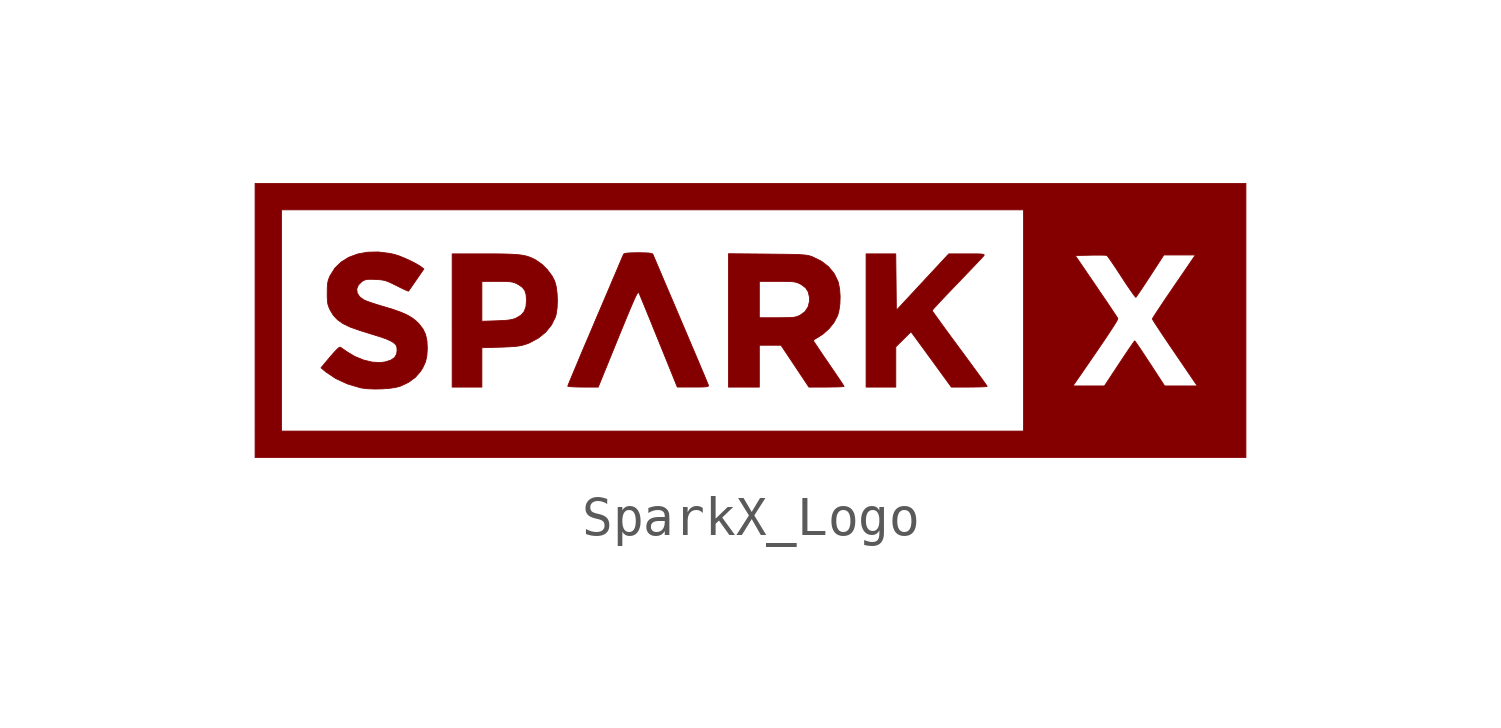
<source format=kicad_sym>
(kicad_symbol_lib
  (version 20241209)
  (generator "kicad_symbol_editor")
  (generator_version "9.0")
  (symbol "SparkX_Logo"
    (pin_names
      (offset 1.016))
    (property "Reference" "#G"
      (at 0 5.08 0)
      (effects (font (size 1.27 1.27)) (hide yes)))
    (symbol "SparkX_Logo_0_0"
      (polyline (pts (xy -9.438 -1.768) (xy -9.254 -1.754) (xy -9.093 -1.73) (xy -8.972 -1.697) (xy -8.775 -1.605) (xy -8.595 -1.476) (xy -8.458 -1.319) (xy -8.396 -1.217) (xy -8.331 -1.073) (xy -8.296 -0.919) (xy -8.285 -0.734) (xy -8.285 -0.734) (xy -8.294 -0.534) (xy -8.33 -0.372) (xy -8.396 -0.233) (xy -8.498 -0.101) (xy -8.568 -0.031) (xy -8.674 0.052) (xy -8.802 0.127) (xy -8.96 0.197) (xy -9.156 0.267) (xy -9.4 0.341) (xy -9.454 0.356) (xy -9.606 0.403) (xy -9.743 0.448) (xy -9.852 0.488) (xy -9.92 0.518) (xy -10.021 0.594) (xy -10.082 0.69) (xy -10.093 0.793) (xy -10.053 0.894) (xy -9.962 0.983) (xy -9.933 1.002) (xy -9.882 1.026) (xy -9.823 1.039) (xy -9.739 1.042) (xy -9.616 1.038) (xy -9.562 1.035) (xy -9.464 1.027) (xy -9.383 1.012) (xy -9.302 0.986) (xy -9.203 0.942) (xy -9.072 0.877) (xy -8.957 0.82) (xy -8.86 0.774) (xy -8.793 0.745) (xy -8.767 0.737) (xy -8.767 0.737) (xy -8.748 0.764) (xy -8.704 0.827) (xy -8.641 0.918) (xy -8.566 1.027) (xy -8.373 1.305) (xy -8.441 1.359) (xy -8.486 1.39) (xy -8.596 1.454) (xy -8.732 1.522) (xy -8.878 1.588) (xy -9.015 1.643) (xy -9.128 1.679) (xy -9.251 1.706) (xy -9.542 1.742) (xy -9.817 1.736) (xy -10.071 1.69) (xy -10.299 1.605) (xy -10.496 1.482) (xy -10.657 1.325) (xy -10.777 1.133) (xy -10.796 1.091) (xy -10.825 1.012) (xy -10.841 0.932) (xy -10.849 0.831) (xy -10.851 0.691) (xy -10.851 0.59) (xy -10.845 0.483) (xy -10.833 0.401) (xy -10.809 0.328) (xy -10.771 0.244) (xy -10.694 0.118) (xy -10.585 0.002) (xy -10.443 -0.097) (xy -10.26 -0.185) (xy -10.027 -0.267) (xy -9.909 -0.304) (xy -9.745 -0.355) (xy -9.591 -0.403) (xy -9.469 -0.441) (xy -9.448 -0.448) (xy -9.329 -0.491) (xy -9.224 -0.539) (xy -9.152 -0.581) (xy -9.151 -0.582) (xy -9.092 -0.636) (xy -9.066 -0.693) (xy -9.059 -0.779) (xy -9.07 -0.869) (xy -9.121 -0.962) (xy -9.216 -1.029) (xy -9.361 -1.076) (xy -9.492 -1.093) (xy -9.702 -1.081) (xy -9.924 -1.027) (xy -10.145 -0.936) (xy -10.355 -0.81) (xy -10.409 -0.771) (xy -10.477 -0.724) (xy -10.518 -0.697) (xy -10.541 -0.703) (xy -10.596 -0.749) (xy -10.677 -0.834) (xy -10.78 -0.952) (xy -11.01 -1.228) (xy -10.916 -1.307) (xy -10.882 -1.336) (xy -10.629 -1.505) (xy -10.335 -1.64) (xy -10.005 -1.738) (xy -9.966 -1.746) (xy -9.81 -1.765) (xy -9.629 -1.772) (xy -9.438 -1.768)) (stroke (width 0.01) (type default)) (fill (type outline)))
      (polyline (pts (xy -6.886 -1.217) (xy -6.886 -0.713) (xy -6.413 -0.699) (xy -6.34 -0.697) (xy -6.166 -0.689) (xy -6.033 -0.68) (xy -5.928 -0.666) (xy -5.84 -0.648) (xy -5.757 -0.623) (xy -5.66 -0.586) (xy -5.438 -0.466) (xy -5.25 -0.313) (xy -5.103 -0.132) (xy -5.003 0.07) (xy -4.982 0.143) (xy -4.958 0.306) (xy -4.95 0.492) (xy -4.958 0.681) (xy -4.981 0.856) (xy -5.019 0.995) (xy -5.086 1.125) (xy -5.204 1.284) (xy -5.346 1.426) (xy -5.496 1.531) (xy -5.509 1.538) (xy -5.592 1.581) (xy -5.674 1.614) (xy -5.761 1.641) (xy -5.861 1.661) (xy -5.981 1.675) (xy -6.128 1.684) (xy -6.311 1.69) (xy -6.535 1.693) (xy -6.808 1.693) (xy -7.648 1.693) (xy -7.648 -0.014) (xy -7.648 -0.035) (xy -6.886 -0.035) (xy -6.886 0.476) (xy -6.886 0.988) (xy -6.497 0.988) (xy -6.397 0.988) (xy -6.264 0.985) (xy -6.168 0.979) (xy -6.097 0.968) (xy -6.04 0.95) (xy -5.984 0.924) (xy -5.965 0.914) (xy -5.856 0.843) (xy -5.788 0.759) (xy -5.753 0.649) (xy -5.743 0.499) (xy -5.756 0.34) (xy -5.801 0.216) (xy -5.883 0.121) (xy -6.009 0.047) (xy -6.05 0.03) (xy -6.125 0.009) (xy -6.218 -0.006) (xy -6.343 -0.016) (xy -6.512 -0.023) (xy -6.886 -0.035) (xy -7.648 -0.035) (xy -7.648 -1.722) (xy -7.267 -1.722) (xy -6.886 -1.722) (xy -6.886 -1.217)) (stroke (width 0.01) (type default)) (fill (type outline)))
      (polyline (pts (xy -3.398 -0.481) (xy -3.364 -0.398) (xy -3.251 -0.122) (xy -3.157 0.106) (xy -3.08 0.29) (xy -3.018 0.435) (xy -2.97 0.545) (xy -2.932 0.623) (xy -2.905 0.673) (xy -2.885 0.699) (xy -2.872 0.706) (xy -2.862 0.697) (xy -2.851 0.673) (xy -2.82 0.599) (xy -2.772 0.482) (xy -2.709 0.329) (xy -2.633 0.144) (xy -2.547 -0.067) (xy -2.454 -0.298) (xy -2.354 -0.543) (xy -1.877 -1.721) (xy -1.471 -1.721) (xy -1.468 -1.721) (xy -1.31 -1.721) (xy -1.2 -1.719) (xy -1.131 -1.714) (xy -1.093 -1.705) (xy -1.078 -1.692) (xy -1.08 -1.672) (xy -1.081 -1.669) (xy -1.098 -1.626) (xy -1.135 -1.536) (xy -1.19 -1.403) (xy -1.262 -1.234) (xy -1.347 -1.032) (xy -1.445 -0.801) (xy -1.553 -0.547) (xy -1.669 -0.274) (xy -1.792 0.014) (xy -1.817 0.074) (xy -1.938 0.359) (xy -2.053 0.627) (xy -2.159 0.876) (xy -2.254 1.099) (xy -2.337 1.294) (xy -2.405 1.454) (xy -2.457 1.576) (xy -2.49 1.655) (xy -2.504 1.686) (xy -2.505 1.689) (xy -2.534 1.704) (xy -2.602 1.714) (xy -2.715 1.72) (xy -2.879 1.722) (xy -2.902 1.722) (xy -3.059 1.719) (xy -3.166 1.713) (xy -3.229 1.702) (xy -3.254 1.686) (xy -3.255 1.683) (xy -3.274 1.638) (xy -3.313 1.546) (xy -3.37 1.413) (xy -3.442 1.243) (xy -3.529 1.04) (xy -3.627 0.808) (xy -3.736 0.553) (xy -3.853 0.278) (xy -3.977 -0.011) (xy -4.012 -0.095) (xy -4.133 -0.381) (xy -4.248 -0.649) (xy -4.353 -0.897) (xy -4.446 -1.12) (xy -4.527 -1.313) (xy -4.593 -1.471) (xy -4.643 -1.591) (xy -4.674 -1.668) (xy -4.685 -1.698) (xy -4.682 -1.701) (xy -4.639 -1.709) (xy -4.554 -1.716) (xy -4.435 -1.72) (xy -4.294 -1.722) (xy -3.903 -1.722) (xy -3.398 -0.481)) (stroke (width 0.01) (type default)) (fill (type outline)))
      (polyline (pts (xy 0.226 -1.185) (xy 0.226 -0.649) (xy 0.503 -0.649) (xy 0.781 -0.649) (xy 1.139 -1.185) (xy 1.496 -1.722) (xy 1.947 -1.722) (xy 2.048 -1.721) (xy 2.187 -1.719) (xy 2.299 -1.716) (xy 2.372 -1.711) (xy 2.399 -1.706) (xy 2.39 -1.689) (xy 2.353 -1.631) (xy 2.291 -1.538) (xy 2.21 -1.417) (xy 2.112 -1.274) (xy 2.004 -1.115) (xy 1.919 -0.992) (xy 1.819 -0.844) (xy 1.734 -0.718) (xy 1.667 -0.618) (xy 1.624 -0.552) (xy 1.609 -0.526) (xy 1.626 -0.511) (xy 1.68 -0.475) (xy 1.759 -0.428) (xy 1.861 -0.361) (xy 2.015 -0.223) (xy 2.143 -0.061) (xy 2.232 0.107) (xy 2.265 0.224) (xy 2.292 0.406) (xy 2.298 0.604) (xy 2.284 0.797) (xy 2.25 0.965) (xy 2.241 0.991) (xy 2.145 1.189) (xy 2.001 1.363) (xy 1.814 1.507) (xy 1.589 1.617) (xy 1.557 1.629) (xy 1.511 1.643) (xy 1.461 1.655) (xy 1.399 1.663) (xy 1.32 1.67) (xy 1.216 1.676) (xy 1.082 1.68) (xy 0.91 1.683) (xy 0.695 1.685) (xy 0.43 1.688) (xy -0.565 1.697) (xy -0.565 0.056) (xy 0.226 0.056) (xy 0.226 0.522) (xy 0.226 0.988) (xy 0.685 0.988) (xy 0.741 0.988) (xy 0.901 0.987) (xy 1.018 0.983) (xy 1.103 0.977) (xy 1.166 0.965) (xy 1.218 0.948) (xy 1.269 0.924) (xy 1.301 0.907) (xy 1.413 0.823) (xy 1.48 0.718) (xy 1.512 0.578) (xy 1.514 0.489) (xy 1.479 0.338) (xy 1.397 0.213) (xy 1.271 0.12) (xy 1.256 0.113) (xy 1.205 0.091) (xy 1.151 0.075) (xy 1.082 0.065) (xy 0.989 0.06) (xy 0.86 0.057) (xy 0.685 0.056) (xy 0.226 0.056) (xy -0.565 0.056) (xy -0.565 -0.013) (xy -0.565 -1.722) (xy -0.169 -1.722) (xy 0.226 -1.722) (xy 0.226 -1.185)) (stroke (width 0.01) (type default)) (fill (type outline)))
      (polyline (pts (xy 3.725 -1.206) (xy 3.725 -0.69) (xy 3.92 -0.497) (xy 4.114 -0.304) (xy 4.267 -0.512) (xy 4.276 -0.525) (xy 4.346 -0.62) (xy 4.439 -0.747) (xy 4.548 -0.897) (xy 4.666 -1.058) (xy 4.784 -1.221) (xy 5.149 -1.722) (xy 5.609 -1.722) (xy 5.716 -1.721) (xy 5.856 -1.719) (xy 5.967 -1.715) (xy 6.041 -1.71) (xy 6.068 -1.704) (xy 6.063 -1.696) (xy 6.031 -1.649) (xy 5.97 -1.563) (xy 5.884 -1.444) (xy 5.777 -1.297) (xy 5.652 -1.127) (xy 5.513 -0.937) (xy 5.362 -0.733) (xy 5.283 -0.625) (xy 5.137 -0.428) (xy 5.005 -0.248) (xy 4.889 -0.088) (xy 4.793 0.045) (xy 4.719 0.148) (xy 4.673 0.215) (xy 4.657 0.241) (xy 4.665 0.252) (xy 4.706 0.3) (xy 4.78 0.381) (xy 4.88 0.489) (xy 5.003 0.619) (xy 5.145 0.767) (xy 5.299 0.928) (xy 5.395 1.027) (xy 5.545 1.184) (xy 5.681 1.326) (xy 5.797 1.448) (xy 5.889 1.545) (xy 5.951 1.612) (xy 5.98 1.644) (xy 5.988 1.657) (xy 5.99 1.671) (xy 5.972 1.681) (xy 5.926 1.688) (xy 5.845 1.692) (xy 5.722 1.693) (xy 5.551 1.693) (xy 5.083 1.693) (xy 4.411 0.97) (xy 3.739 0.247) (xy 3.732 0.97) (xy 3.724 1.693) (xy 3.344 1.693) (xy 2.963 1.693) (xy 2.963 -0.014) (xy 2.963 -1.722) (xy 3.344 -1.722) (xy 3.725 -1.722) (xy 3.725 -1.206)) (stroke (width 0.01) (type default)) (fill (type outline)))
      (polyline (pts (xy 12.7 -0.014) (xy 12.7 3.499) (xy 0 3.499) (xy -12.7 3.499) (xy -12.7 -0.014) (xy -12.7 -2.85) (xy -12.023 -2.85) (xy -12.023 -0.014) (xy -12.023 2.822) (xy -2.512 2.822) (xy 6.999 2.822) (xy 6.999 -0.014) (xy 6.999 -1.693) (xy 8.265 -1.693) (xy 8.446 -1.432) (xy 8.474 -1.392) (xy 8.69 -1.078) (xy 8.876 -0.808) (xy 9.031 -0.58) (xy 9.158 -0.391) (xy 9.258 -0.239) (xy 9.333 -0.123) (xy 9.383 -0.04) (xy 9.411 0.013) (xy 9.417 0.036) (xy 9.406 0.055) (xy 9.367 0.116) (xy 9.301 0.214) (xy 9.215 0.343) (xy 9.111 0.498) (xy 8.992 0.672) (xy 8.864 0.861) (xy 8.325 1.651) (xy 8.712 1.659) (xy 8.751 1.66) (xy 8.891 1.661) (xy 9.009 1.661) (xy 9.092 1.658) (xy 9.131 1.654) (xy 9.14 1.647) (xy 9.178 1.599) (xy 9.238 1.514) (xy 9.317 1.398) (xy 9.41 1.259) (xy 9.511 1.104) (xy 9.565 1.02) (xy 9.661 0.876) (xy 9.745 0.753) (xy 9.812 0.658) (xy 9.858 0.598) (xy 9.878 0.579) (xy 9.886 0.587) (xy 9.92 0.635) (xy 9.978 0.72) (xy 10.056 0.835) (xy 10.147 0.974) (xy 10.248 1.128) (xy 10.597 1.665) (xy 11.001 1.665) (xy 11.404 1.665) (xy 11.284 1.489) (xy 11.244 1.43) (xy 11.173 1.325) (xy 11.08 1.19) (xy 10.972 1.032) (xy 10.854 0.86) (xy 10.733 0.682) (xy 10.73 0.678) (xy 10.616 0.511) (xy 10.514 0.358) (xy 10.427 0.227) (xy 10.36 0.124) (xy 10.316 0.054) (xy 10.301 0.024) (xy 10.316 -0.003) (xy 10.359 -0.072) (xy 10.427 -0.177) (xy 10.517 -0.313) (xy 10.624 -0.473) (xy 10.746 -0.654) (xy 10.878 -0.848) (xy 11.454 -1.693) (xy 11.036 -1.693) (xy 10.617 -1.693) (xy 10.241 -1.115) (xy 10.162 -0.996) (xy 10.065 -0.848) (xy 9.98 -0.721) (xy 9.913 -0.623) (xy 9.868 -0.559) (xy 9.85 -0.537) (xy 9.838 -0.549) (xy 9.799 -0.603) (xy 9.737 -0.693) (xy 9.656 -0.812) (xy 9.56 -0.955) (xy 9.454 -1.115) (xy 9.073 -1.692) (xy 8.669 -1.693) (xy 8.265 -1.693) (xy 6.999 -1.693) (xy 6.999 -2.85) (xy -2.512 -2.85) (xy -12.023 -2.85) (xy -12.7 -2.85) (xy -12.7 -3.528) (xy 0 -3.528) (xy 12.7 -3.528) (xy 12.7 -0.014)) (stroke (width 0.01) (type default)) (fill (type outline))))))
</source>
